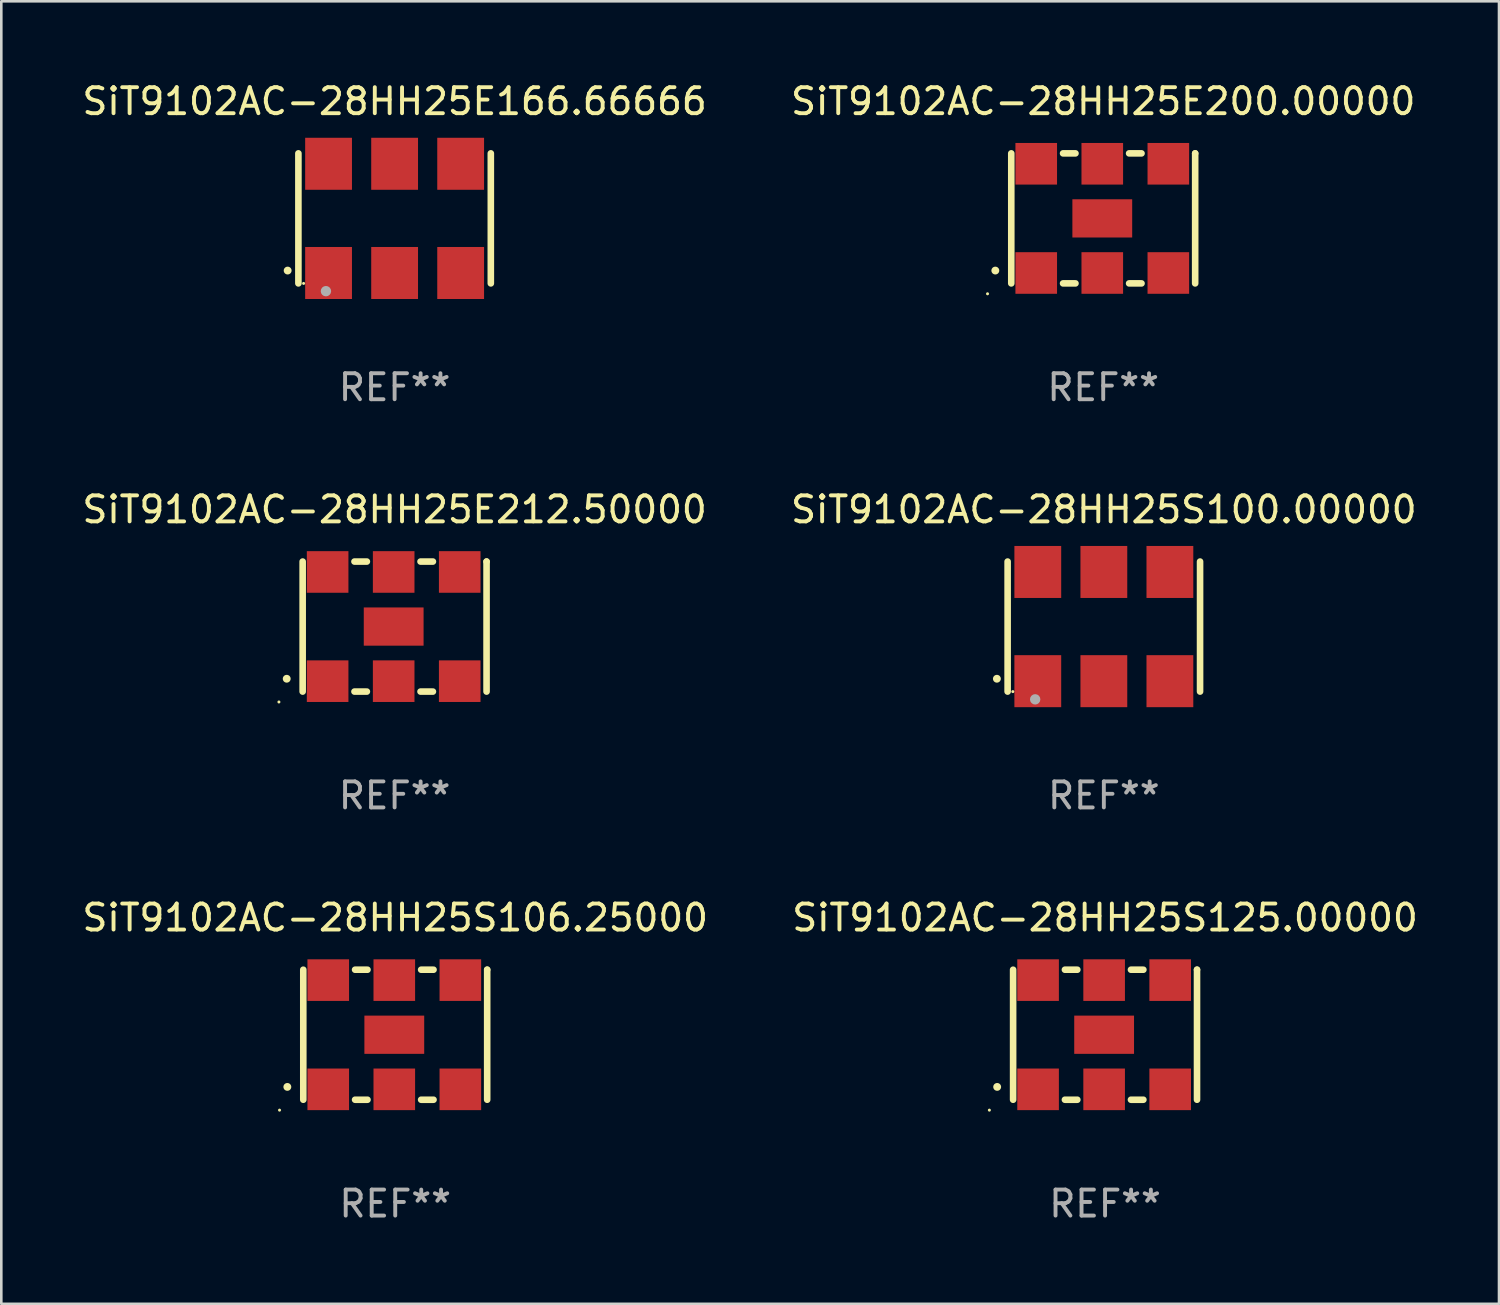
<source format=kicad_pcb>
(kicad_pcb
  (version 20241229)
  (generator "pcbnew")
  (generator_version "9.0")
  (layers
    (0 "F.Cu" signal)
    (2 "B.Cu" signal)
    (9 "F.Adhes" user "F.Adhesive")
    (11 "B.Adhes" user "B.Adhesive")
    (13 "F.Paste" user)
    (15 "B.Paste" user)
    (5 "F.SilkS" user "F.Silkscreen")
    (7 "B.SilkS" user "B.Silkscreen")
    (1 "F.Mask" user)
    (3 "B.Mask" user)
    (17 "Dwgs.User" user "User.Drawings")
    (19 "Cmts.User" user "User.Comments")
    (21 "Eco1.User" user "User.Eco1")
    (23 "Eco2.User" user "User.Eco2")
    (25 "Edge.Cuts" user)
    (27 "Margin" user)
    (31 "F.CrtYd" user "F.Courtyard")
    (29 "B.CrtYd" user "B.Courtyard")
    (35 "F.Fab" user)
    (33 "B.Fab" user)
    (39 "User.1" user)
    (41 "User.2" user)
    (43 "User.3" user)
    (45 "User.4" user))
  (footprint "SiT9102AC-28HH25S125.00000"
    (layer "F.Cu")
    (at 39.446 36.741)
    (property "Reference" "SiT9102AC-28HH25S125.00000" (at 0 -4.5 0) (layer "F.SilkS") (effects (font (size 1 1) (thickness 0.15))))
    (attr through_hole)
    (fp_line (start -3.536 -2.5) (end -3.536 2.5) (stroke (width 0.254) (type solid)) (layer "F.SilkS"))
    (fp_line (start -1.544 2.5) (end -1.067 2.5) (stroke (width 0.254) (type solid)) (layer "F.SilkS"))
    (fp_line (start -1.067 -2.5) (end -1.544 -2.5) (stroke (width 0.254) (type solid)) (layer "F.SilkS"))
    (fp_line (start 0.996 2.5) (end 1.473 2.5) (stroke (width 0.254) (type solid)) (layer "F.SilkS"))
    (fp_line (start 1.473 -2.5) (end 0.996 -2.5) (stroke (width 0.254) (type solid)) (layer "F.SilkS"))
    (fp_line (start 3.536 -2.5) (end 3.536 -2.5) (stroke (width 0.254) (type solid)) (layer "F.SilkS"))
    (fp_line (start 3.536 2.5) (end 3.536 -2.5) (stroke (width 0.254) (type solid)) (layer "F.SilkS"))
    (fp_arc (start -4.150432 2.006604) (mid -4.149162 2.006599) (end -4.147892 2.006604) (stroke (width 0.3) (type solid)) (layer "F.SilkS"))
    (fp_circle (center -4.449 2.9) (end -4.419 2.9) (stroke (width 0.06) (type solid)) (fill no) (layer "F.SilkS"))
    (fp_text user "REF**" (at 0 6.5 0) (layer "F.Fab") (effects (font (size 1 1) (thickness 0.15))))
    (pad "1" smd rect (at -2.576 2.1) (size 1.6 1.6) (layers "F.Cu" "F.Mask" "F.Paste"))
    (pad "2" smd rect (at -0.036 2.1) (size 1.6 1.6) (layers "F.Cu" "F.Mask" "F.Paste"))
    (pad "3" smd rect (at 2.504 2.1) (size 1.6 1.6) (layers "F.Cu" "F.Mask" "F.Paste"))
    (pad "4" smd rect (at 2.504 -2.1) (size 1.6 1.6) (layers "F.Cu" "F.Mask" "F.Paste"))
    (pad "5" smd rect (at -0.036 -2.1) (size 1.6 1.6) (layers "F.Cu" "F.Mask" "F.Paste"))
    (pad "6" smd rect (at -2.576 -2.1) (size 1.6 1.6) (layers "F.Cu" "F.Mask" "F.Paste"))
    (pad "7" smd rect (at -0.036 0) (size 2.3 1.47) (layers "F.Cu" "F.Mask" "F.Paste")))
  (footprint "SiT9102AC-28HH25E166.66666"
    (layer "F.Cu")
    (at 12.125 5.348)
    (property "Reference" "SiT9102AC-28HH25E166.66666" (at 0 -4.5 0) (layer "F.SilkS") (effects (font (size 1 1) (thickness 0.15))))
    (attr through_hole)
    (fp_line (start -3.7 -2.5) (end -3.7 2.5) (stroke (width 0.254) (type solid)) (layer "F.SilkS"))
    (fp_line (start 3.7 -2.5) (end 3.7 2.5) (stroke (width 0.254) (type solid)) (layer "F.SilkS"))
    (fp_arc (start -4.114415 2.006604) (mid -4.113145 2.006599) (end -4.111875 2.006604) (stroke (width 0.3) (type solid)) (layer "F.SilkS"))
    (fp_circle (center -3.5 2.501) (end -3.47 2.501) (stroke (width 0.06) (type solid)) (fill no) (layer "F.SilkS"))
    (fp_circle (center -2.641 2.799) (end -2.541 2.799) (stroke (width 0.2) (type solid)) (fill no) (layer "F.Fab"))
    (fp_text user "REF**" (at 0 6.5 0) (layer "F.Fab") (effects (font (size 1 1) (thickness 0.15))))
    (pad "1" smd rect (at -2.54 2.1) (size 1.8 2) (layers "F.Cu" "F.Mask" "F.Paste"))
    (pad "2" smd rect (at 0.000394 2.1) (size 1.8 2) (layers "F.Cu" "F.Mask" "F.Paste"))
    (pad "3" smd rect (at 2.54 2.1) (size 1.8 2) (layers "F.Cu" "F.Mask" "F.Paste"))
    (pad "4" smd rect (at 2.54 -2.1) (size 1.8 2) (layers "F.Cu" "F.Mask" "F.Paste"))
    (pad "5" smd rect (at 0.000394 -2.1) (size 1.8 2) (layers "F.Cu" "F.Mask" "F.Paste"))
    (pad "6" smd rect (at -2.54 -2.1) (size 1.8 2) (layers "F.Cu" "F.Mask" "F.Paste")))
  (footprint "SiT9102AC-28HH25E200.00000"
    (layer "F.Cu")
    (at 39.375 5.348)
    (property "Reference" "SiT9102AC-28HH25E200.00000" (at 0 -4.5 0) (layer "F.SilkS") (effects (font (size 1 1) (thickness 0.15))))
    (attr through_hole)
    (fp_line (start -3.536 -2.5) (end -3.536 2.5) (stroke (width 0.254) (type solid)) (layer "F.SilkS"))
    (fp_line (start -1.544 2.5) (end -1.067 2.5) (stroke (width 0.254) (type solid)) (layer "F.SilkS"))
    (fp_line (start -1.067 -2.5) (end -1.544 -2.5) (stroke (width 0.254) (type solid)) (layer "F.SilkS"))
    (fp_line (start 0.996 2.5) (end 1.473 2.5) (stroke (width 0.254) (type solid)) (layer "F.SilkS"))
    (fp_line (start 1.473 -2.5) (end 0.996 -2.5) (stroke (width 0.254) (type solid)) (layer "F.SilkS"))
    (fp_line (start 3.536 -2.5) (end 3.536 -2.5) (stroke (width 0.254) (type solid)) (layer "F.SilkS"))
    (fp_line (start 3.536 2.5) (end 3.536 -2.5) (stroke (width 0.254) (type solid)) (layer "F.SilkS"))
    (fp_arc (start -4.150432 2.006604) (mid -4.149162 2.006599) (end -4.147892 2.006604) (stroke (width 0.3) (type solid)) (layer "F.SilkS"))
    (fp_circle (center -4.449 2.9) (end -4.419 2.9) (stroke (width 0.06) (type solid)) (fill no) (layer "F.SilkS"))
    (fp_text user "REF**" (at 0 6.5 0) (layer "F.Fab") (effects (font (size 1 1) (thickness 0.15))))
    (pad "1" smd rect (at -2.576 2.1) (size 1.6 1.6) (layers "F.Cu" "F.Mask" "F.Paste"))
    (pad "2" smd rect (at -0.036 2.1) (size 1.6 1.6) (layers "F.Cu" "F.Mask" "F.Paste"))
    (pad "3" smd rect (at 2.504 2.1) (size 1.6 1.6) (layers "F.Cu" "F.Mask" "F.Paste"))
    (pad "4" smd rect (at 2.504 -2.1) (size 1.6 1.6) (layers "F.Cu" "F.Mask" "F.Paste"))
    (pad "5" smd rect (at -0.036 -2.1) (size 1.6 1.6) (layers "F.Cu" "F.Mask" "F.Paste"))
    (pad "6" smd rect (at -2.576 -2.1) (size 1.6 1.6) (layers "F.Cu" "F.Mask" "F.Paste"))
    (pad "7" smd rect (at -0.036 0) (size 2.3 1.47) (layers "F.Cu" "F.Mask" "F.Paste")))
  (footprint "SiT9102AC-28HH25S106.25000"
    (layer "F.Cu")
    (at 12.149 36.741)
    (property "Reference" "SiT9102AC-28HH25S106.25000" (at 0 -4.5 0) (layer "F.SilkS") (effects (font (size 1 1) (thickness 0.15))))
    (attr through_hole)
    (fp_line (start -3.536 -2.5) (end -3.536 2.5) (stroke (width 0.254) (type solid)) (layer "F.SilkS"))
    (fp_line (start -1.544 2.5) (end -1.067 2.5) (stroke (width 0.254) (type solid)) (layer "F.SilkS"))
    (fp_line (start -1.067 -2.5) (end -1.544 -2.5) (stroke (width 0.254) (type solid)) (layer "F.SilkS"))
    (fp_line (start 0.996 2.5) (end 1.473 2.5) (stroke (width 0.254) (type solid)) (layer "F.SilkS"))
    (fp_line (start 1.473 -2.5) (end 0.996 -2.5) (stroke (width 0.254) (type solid)) (layer "F.SilkS"))
    (fp_line (start 3.536 -2.5) (end 3.536 -2.5) (stroke (width 0.254) (type solid)) (layer "F.SilkS"))
    (fp_line (start 3.536 2.5) (end 3.536 -2.5) (stroke (width 0.254) (type solid)) (layer "F.SilkS"))
    (fp_arc (start -4.150432 2.006604) (mid -4.149162 2.006599) (end -4.147892 2.006604) (stroke (width 0.3) (type solid)) (layer "F.SilkS"))
    (fp_circle (center -4.449 2.9) (end -4.419 2.9) (stroke (width 0.06) (type solid)) (fill no) (layer "F.SilkS"))
    (fp_text user "REF**" (at 0 6.5 0) (layer "F.Fab") (effects (font (size 1 1) (thickness 0.15))))
    (pad "1" smd rect (at -2.576 2.1) (size 1.6 1.6) (layers "F.Cu" "F.Mask" "F.Paste"))
    (pad "2" smd rect (at -0.036 2.1) (size 1.6 1.6) (layers "F.Cu" "F.Mask" "F.Paste"))
    (pad "3" smd rect (at 2.504 2.1) (size 1.6 1.6) (layers "F.Cu" "F.Mask" "F.Paste"))
    (pad "4" smd rect (at 2.504 -2.1) (size 1.6 1.6) (layers "F.Cu" "F.Mask" "F.Paste"))
    (pad "5" smd rect (at -0.036 -2.1) (size 1.6 1.6) (layers "F.Cu" "F.Mask" "F.Paste"))
    (pad "6" smd rect (at -2.576 -2.1) (size 1.6 1.6) (layers "F.Cu" "F.Mask" "F.Paste"))
    (pad "7" smd rect (at -0.036 0) (size 2.3 1.47) (layers "F.Cu" "F.Mask" "F.Paste")))
  (footprint "SiT9102AC-28HH25E212.50000"
    (layer "F.Cu")
    (at 12.125 21.045)
    (property "Reference" "SiT9102AC-28HH25E212.50000" (at 0 -4.5 0) (layer "F.SilkS") (effects (font (size 1 1) (thickness 0.15))))
    (attr through_hole)
    (fp_line (start -3.536 -2.5) (end -3.536 2.5) (stroke (width 0.254) (type solid)) (layer "F.SilkS"))
    (fp_line (start -1.544 2.5) (end -1.067 2.5) (stroke (width 0.254) (type solid)) (layer "F.SilkS"))
    (fp_line (start -1.067 -2.5) (end -1.544 -2.5) (stroke (width 0.254) (type solid)) (layer "F.SilkS"))
    (fp_line (start 0.996 2.5) (end 1.473 2.5) (stroke (width 0.254) (type solid)) (layer "F.SilkS"))
    (fp_line (start 1.473 -2.5) (end 0.996 -2.5) (stroke (width 0.254) (type solid)) (layer "F.SilkS"))
    (fp_line (start 3.536 -2.5) (end 3.536 -2.5) (stroke (width 0.254) (type solid)) (layer "F.SilkS"))
    (fp_line (start 3.536 2.5) (end 3.536 -2.5) (stroke (width 0.254) (type solid)) (layer "F.SilkS"))
    (fp_arc (start -4.150432 2.006604) (mid -4.149162 2.006599) (end -4.147892 2.006604) (stroke (width 0.3) (type solid)) (layer "F.SilkS"))
    (fp_circle (center -4.449 2.9) (end -4.419 2.9) (stroke (width 0.06) (type solid)) (fill no) (layer "F.SilkS"))
    (fp_text user "REF**" (at 0 6.5 0) (layer "F.Fab") (effects (font (size 1 1) (thickness 0.15))))
    (pad "1" smd rect (at -2.576 2.1) (size 1.6 1.6) (layers "F.Cu" "F.Mask" "F.Paste"))
    (pad "2" smd rect (at -0.036 2.1) (size 1.6 1.6) (layers "F.Cu" "F.Mask" "F.Paste"))
    (pad "3" smd rect (at 2.504 2.1) (size 1.6 1.6) (layers "F.Cu" "F.Mask" "F.Paste"))
    (pad "4" smd rect (at 2.504 -2.1) (size 1.6 1.6) (layers "F.Cu" "F.Mask" "F.Paste"))
    (pad "5" smd rect (at -0.036 -2.1) (size 1.6 1.6) (layers "F.Cu" "F.Mask" "F.Paste"))
    (pad "6" smd rect (at -2.576 -2.1) (size 1.6 1.6) (layers "F.Cu" "F.Mask" "F.Paste"))
    (pad "7" smd rect (at -0.036 0) (size 2.3 1.47) (layers "F.Cu" "F.Mask" "F.Paste")))
  (footprint "SiT9102AC-28HH25S100.00000"
    (layer "F.Cu")
    (at 39.399 21.045)
    (property "Reference" "SiT9102AC-28HH25S100.00000" (at 0 -4.5 0) (layer "F.SilkS") (effects (font (size 1 1) (thickness 0.15))))
    (attr through_hole)
    (fp_line (start -3.7 -2.5) (end -3.7 2.5) (stroke (width 0.254) (type solid)) (layer "F.SilkS"))
    (fp_line (start 3.7 -2.5) (end 3.7 2.5) (stroke (width 0.254) (type solid)) (layer "F.SilkS"))
    (fp_arc (start -4.114415 2.006604) (mid -4.113145 2.006599) (end -4.111875 2.006604) (stroke (width 0.3) (type solid)) (layer "F.SilkS"))
    (fp_circle (center -3.5 2.501) (end -3.47 2.501) (stroke (width 0.06) (type solid)) (fill no) (layer "F.SilkS"))
    (fp_circle (center -2.641 2.799) (end -2.541 2.799) (stroke (width 0.2) (type solid)) (fill no) (layer "F.Fab"))
    (fp_text user "REF**" (at 0 6.5 0) (layer "F.Fab") (effects (font (size 1 1) (thickness 0.15))))
    (pad "1" smd rect (at -2.54 2.1) (size 1.8 2) (layers "F.Cu" "F.Mask" "F.Paste"))
    (pad "2" smd rect (at 0.000394 2.1) (size 1.8 2) (layers "F.Cu" "F.Mask" "F.Paste"))
    (pad "3" smd rect (at 2.54 2.1) (size 1.8 2) (layers "F.Cu" "F.Mask" "F.Paste"))
    (pad "4" smd rect (at 2.54 -2.1) (size 1.8 2) (layers "F.Cu" "F.Mask" "F.Paste"))
    (pad "5" smd rect (at 0.000394 -2.1) (size 1.8 2) (layers "F.Cu" "F.Mask" "F.Paste"))
    (pad "6" smd rect (at -2.54 -2.1) (size 1.8 2) (layers "F.Cu" "F.Mask" "F.Paste")))
  (gr_rect
    (start -3 -3)
    (end 54.595 47.09)
    (stroke (width 0.1) (type default))
    (fill no)
    (layer "Edge.Cuts")))
</source>
